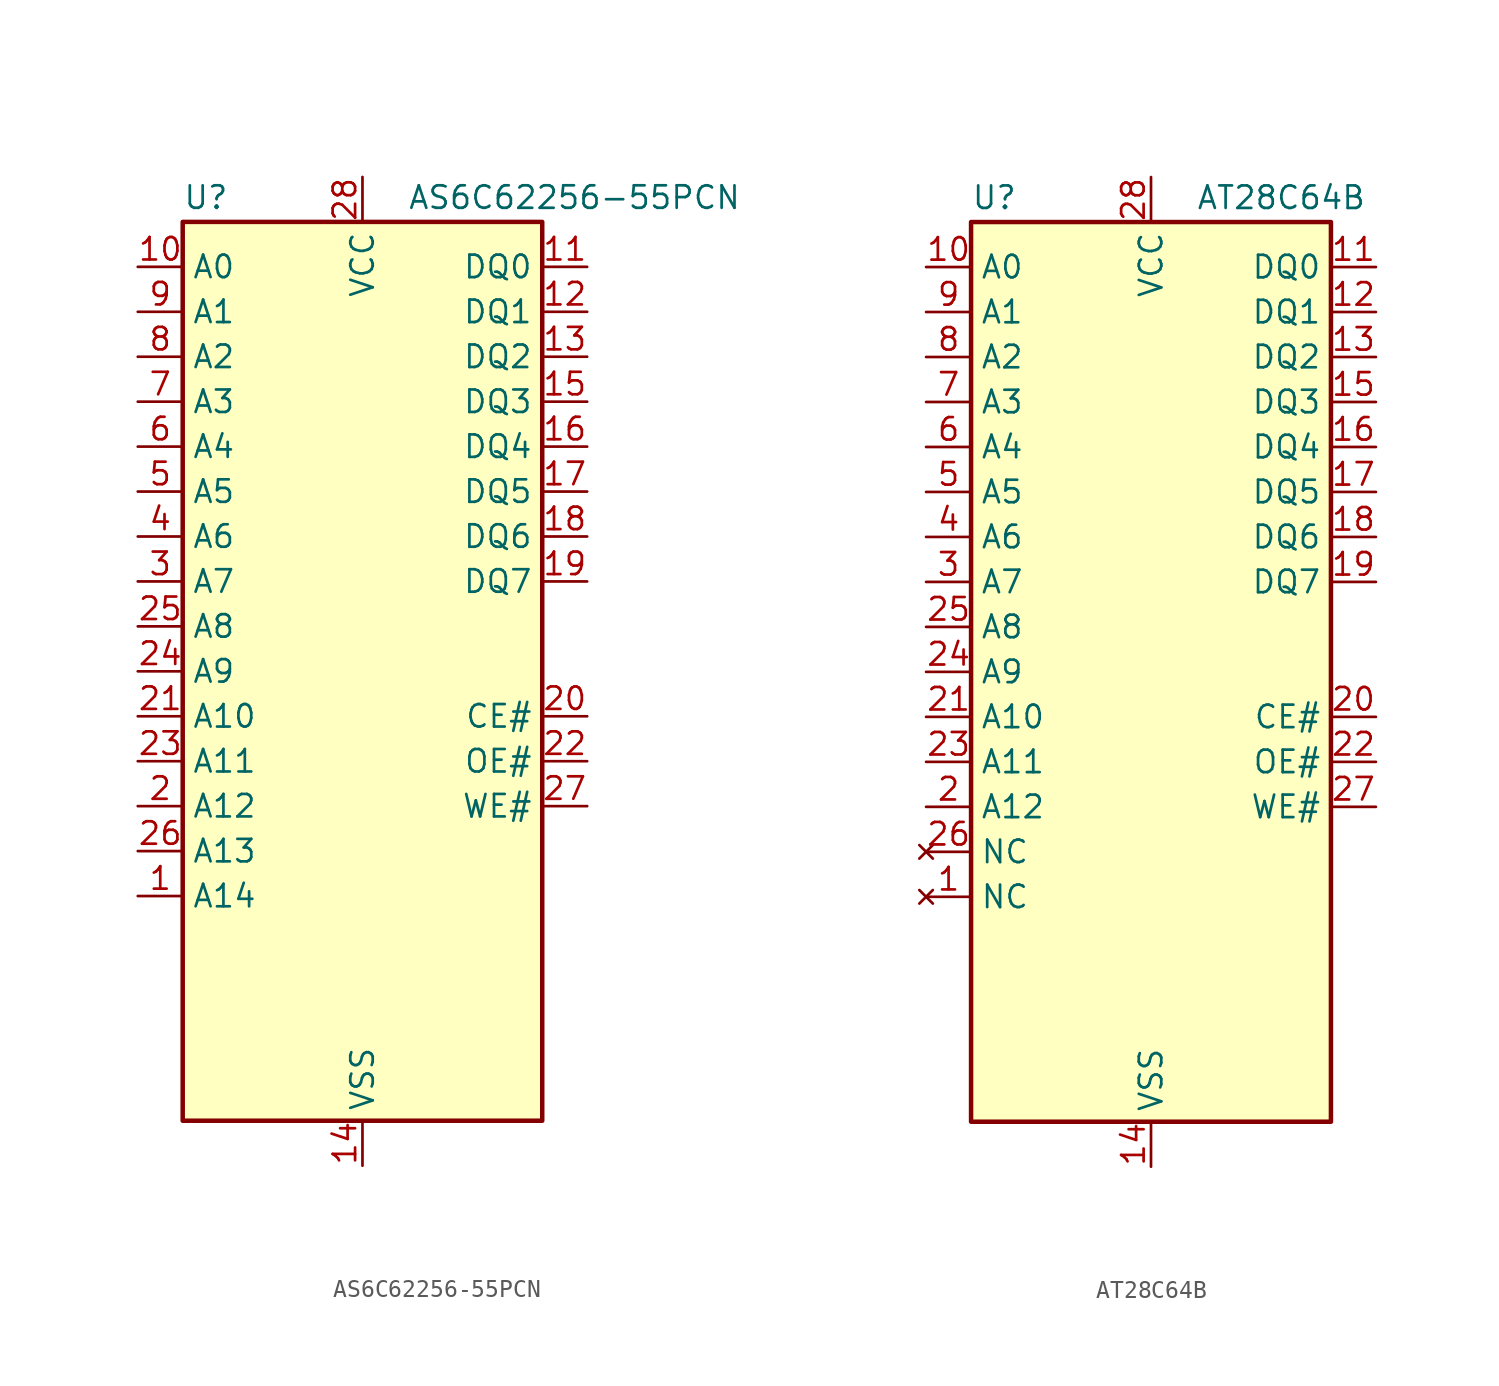
<source format=kicad_sym>
(kicad_symbol_lib
  (version 20211014)
  (generator kicad_symbol_editor)
  (symbol "AS6C62256-55PCN"
    (property "Reference" "U"
      (at -10.16 26.035 0)
      (effects (font (size 1.27 1.27)) (justify left bottom)))
    (property "Value" "AS6C62256-55PCN"
      (at 2.54 26.035 0)
      (effects (font (size 1.27 1.27)) (justify left bottom)))
    (symbol "AS6C62256-55PCN_0_0"
      (pin power_in line (at 0 -27.94 90) (length 2.54) (name "VSS" (effects (font (size 1.27 1.27)))) (number "14" (effects (font (size 1.27 1.27)))))
      (pin power_in line (at 0 27.94 270) (length 2.54) (name "VCC" (effects (font (size 1.27 1.27)))) (number "28" (effects (font (size 1.27 1.27))))))
    (symbol "AS6C62256-55PCN_0_1"
      (rectangle (start -10.16 25.4) (end 10.16 -25.4) (stroke (width 0.254) (type default) (color 0 0 0 0)) (fill (type background))))
    (symbol "AS6C62256-55PCN_1_1"
      (pin input line (at -12.7 -12.7 0) (length 2.54) (name "A14" (effects (font (size 1.27 1.27)))) (number "1" (effects (font (size 1.27 1.27)))))
      (pin input line (at -12.7 22.86 0) (length 2.54) (name "A0" (effects (font (size 1.27 1.27)))) (number "10" (effects (font (size 1.27 1.27)))))
      (pin tri_state line (at 12.7 22.86 180) (length 2.54) (name "DQ0" (effects (font (size 1.27 1.27)))) (number "11" (effects (font (size 1.27 1.27)))))
      (pin tri_state line (at 12.7 20.32 180) (length 2.54) (name "DQ1" (effects (font (size 1.27 1.27)))) (number "12" (effects (font (size 1.27 1.27)))))
      (pin tri_state line (at 12.7 17.78 180) (length 2.54) (name "DQ2" (effects (font (size 1.27 1.27)))) (number "13" (effects (font (size 1.27 1.27)))))
      (pin tri_state line (at 12.7 15.24 180) (length 2.54) (name "DQ3" (effects (font (size 1.27 1.27)))) (number "15" (effects (font (size 1.27 1.27)))))
      (pin tri_state line (at 12.7 12.7 180) (length 2.54) (name "DQ4" (effects (font (size 1.27 1.27)))) (number "16" (effects (font (size 1.27 1.27)))))
      (pin tri_state line (at 12.7 10.16 180) (length 2.54) (name "DQ5" (effects (font (size 1.27 1.27)))) (number "17" (effects (font (size 1.27 1.27)))))
      (pin tri_state line (at 12.7 7.62 180) (length 2.54) (name "DQ6" (effects (font (size 1.27 1.27)))) (number "18" (effects (font (size 1.27 1.27)))))
      (pin tri_state line (at 12.7 5.08 180) (length 2.54) (name "DQ7" (effects (font (size 1.27 1.27)))) (number "19" (effects (font (size 1.27 1.27)))))
      (pin input line (at -12.7 -7.62 0) (length 2.54) (name "A12" (effects (font (size 1.27 1.27)))) (number "2" (effects (font (size 1.27 1.27)))))
      (pin input line (at 12.7 -2.54 180) (length 2.54) (name "CE#" (effects (font (size 1.27 1.27)))) (number "20" (effects (font (size 1.27 1.27)))))
      (pin input line (at -12.7 -2.54 0) (length 2.54) (name "A10" (effects (font (size 1.27 1.27)))) (number "21" (effects (font (size 1.27 1.27)))))
      (pin input line (at 12.7 -5.08 180) (length 2.54) (name "OE#" (effects (font (size 1.27 1.27)))) (number "22" (effects (font (size 1.27 1.27)))))
      (pin input line (at -12.7 -5.08 0) (length 2.54) (name "A11" (effects (font (size 1.27 1.27)))) (number "23" (effects (font (size 1.27 1.27)))))
      (pin input line (at -12.7 0 0) (length 2.54) (name "A9" (effects (font (size 1.27 1.27)))) (number "24" (effects (font (size 1.27 1.27)))))
      (pin input line (at -12.7 2.54 0) (length 2.54) (name "A8" (effects (font (size 1.27 1.27)))) (number "25" (effects (font (size 1.27 1.27)))))
      (pin input line (at -12.7 -10.16 0) (length 2.54) (name "A13" (effects (font (size 1.27 1.27)))) (number "26" (effects (font (size 1.27 1.27)))))
      (pin input line (at 12.7 -7.62 180) (length 2.54) (name "WE#" (effects (font (size 1.27 1.27)))) (number "27" (effects (font (size 1.27 1.27)))))
      (pin input line (at -12.7 5.08 0) (length 2.54) (name "A7" (effects (font (size 1.27 1.27)))) (number "3" (effects (font (size 1.27 1.27)))))
      (pin input line (at -12.7 7.62 0) (length 2.54) (name "A6" (effects (font (size 1.27 1.27)))) (number "4" (effects (font (size 1.27 1.27)))))
      (pin input line (at -12.7 10.16 0) (length 2.54) (name "A5" (effects (font (size 1.27 1.27)))) (number "5" (effects (font (size 1.27 1.27)))))
      (pin input line (at -12.7 12.7 0) (length 2.54) (name "A4" (effects (font (size 1.27 1.27)))) (number "6" (effects (font (size 1.27 1.27)))))
      (pin input line (at -12.7 15.24 0) (length 2.54) (name "A3" (effects (font (size 1.27 1.27)))) (number "7" (effects (font (size 1.27 1.27)))))
      (pin input line (at -12.7 17.78 0) (length 2.54) (name "A2" (effects (font (size 1.27 1.27)))) (number "8" (effects (font (size 1.27 1.27)))))
      (pin input line (at -12.7 20.32 0) (length 2.54) (name "A1" (effects (font (size 1.27 1.27)))) (number "9" (effects (font (size 1.27 1.27)))))))
  (symbol "AT28C64B"
    (property "Reference" "U"
      (at -10.16 26.035 0)
      (effects (font (size 1.27 1.27)) (justify left bottom)))
    (property "Value" "AT28C64B"
      (at 2.54 26.035 0)
      (effects (font (size 1.27 1.27)) (justify left bottom)))
    (symbol "AT28C64B_0_0"
      (pin power_in line (at 0 -27.94 90) (length 2.54) (name "VSS" (effects (font (size 1.27 1.27)))) (number "14" (effects (font (size 1.27 1.27)))))
      (pin power_in line (at 0 27.94 270) (length 2.54) (name "VCC" (effects (font (size 1.27 1.27)))) (number "28" (effects (font (size 1.27 1.27))))))
    (symbol "AT28C64B_0_1"
      (rectangle (start -10.16 25.4) (end 10.16 -25.4) (stroke (width 0.254) (type default) (color 0 0 0 0)) (fill (type background))))
    (symbol "AT28C64B_1_1"
      (pin no_connect line (at -12.7 -12.7 0) (length 2.54) (name "NC" (effects (font (size 1.27 1.27)))) (number "1" (effects (font (size 1.27 1.27)))))
      (pin input line (at -12.7 22.86 0) (length 2.54) (name "A0" (effects (font (size 1.27 1.27)))) (number "10" (effects (font (size 1.27 1.27)))))
      (pin tri_state line (at 12.7 22.86 180) (length 2.54) (name "DQ0" (effects (font (size 1.27 1.27)))) (number "11" (effects (font (size 1.27 1.27)))))
      (pin tri_state line (at 12.7 20.32 180) (length 2.54) (name "DQ1" (effects (font (size 1.27 1.27)))) (number "12" (effects (font (size 1.27 1.27)))))
      (pin tri_state line (at 12.7 17.78 180) (length 2.54) (name "DQ2" (effects (font (size 1.27 1.27)))) (number "13" (effects (font (size 1.27 1.27)))))
      (pin tri_state line (at 12.7 15.24 180) (length 2.54) (name "DQ3" (effects (font (size 1.27 1.27)))) (number "15" (effects (font (size 1.27 1.27)))))
      (pin tri_state line (at 12.7 12.7 180) (length 2.54) (name "DQ4" (effects (font (size 1.27 1.27)))) (number "16" (effects (font (size 1.27 1.27)))))
      (pin tri_state line (at 12.7 10.16 180) (length 2.54) (name "DQ5" (effects (font (size 1.27 1.27)))) (number "17" (effects (font (size 1.27 1.27)))))
      (pin tri_state line (at 12.7 7.62 180) (length 2.54) (name "DQ6" (effects (font (size 1.27 1.27)))) (number "18" (effects (font (size 1.27 1.27)))))
      (pin tri_state line (at 12.7 5.08 180) (length 2.54) (name "DQ7" (effects (font (size 1.27 1.27)))) (number "19" (effects (font (size 1.27 1.27)))))
      (pin input line (at -12.7 -7.62 0) (length 2.54) (name "A12" (effects (font (size 1.27 1.27)))) (number "2" (effects (font (size 1.27 1.27)))))
      (pin input line (at 12.7 -2.54 180) (length 2.54) (name "CE#" (effects (font (size 1.27 1.27)))) (number "20" (effects (font (size 1.27 1.27)))))
      (pin input line (at -12.7 -2.54 0) (length 2.54) (name "A10" (effects (font (size 1.27 1.27)))) (number "21" (effects (font (size 1.27 1.27)))))
      (pin input line (at 12.7 -5.08 180) (length 2.54) (name "OE#" (effects (font (size 1.27 1.27)))) (number "22" (effects (font (size 1.27 1.27)))))
      (pin input line (at -12.7 -5.08 0) (length 2.54) (name "A11" (effects (font (size 1.27 1.27)))) (number "23" (effects (font (size 1.27 1.27)))))
      (pin input line (at -12.7 0 0) (length 2.54) (name "A9" (effects (font (size 1.27 1.27)))) (number "24" (effects (font (size 1.27 1.27)))))
      (pin input line (at -12.7 2.54 0) (length 2.54) (name "A8" (effects (font (size 1.27 1.27)))) (number "25" (effects (font (size 1.27 1.27)))))
      (pin no_connect line (at -12.7 -10.16 0) (length 2.54) (name "NC" (effects (font (size 1.27 1.27)))) (number "26" (effects (font (size 1.27 1.27)))))
      (pin input line (at 12.7 -7.62 180) (length 2.54) (name "WE#" (effects (font (size 1.27 1.27)))) (number "27" (effects (font (size 1.27 1.27)))))
      (pin input line (at -12.7 5.08 0) (length 2.54) (name "A7" (effects (font (size 1.27 1.27)))) (number "3" (effects (font (size 1.27 1.27)))))
      (pin input line (at -12.7 7.62 0) (length 2.54) (name "A6" (effects (font (size 1.27 1.27)))) (number "4" (effects (font (size 1.27 1.27)))))
      (pin input line (at -12.7 10.16 0) (length 2.54) (name "A5" (effects (font (size 1.27 1.27)))) (number "5" (effects (font (size 1.27 1.27)))))
      (pin input line (at -12.7 12.7 0) (length 2.54) (name "A4" (effects (font (size 1.27 1.27)))) (number "6" (effects (font (size 1.27 1.27)))))
      (pin input line (at -12.7 15.24 0) (length 2.54) (name "A3" (effects (font (size 1.27 1.27)))) (number "7" (effects (font (size 1.27 1.27)))))
      (pin input line (at -12.7 17.78 0) (length 2.54) (name "A2" (effects (font (size 1.27 1.27)))) (number "8" (effects (font (size 1.27 1.27)))))
      (pin input line (at -12.7 20.32 0) (length 2.54) (name "A1" (effects (font (size 1.27 1.27)))) (number "9" (effects (font (size 1.27 1.27))))))))
</source>
